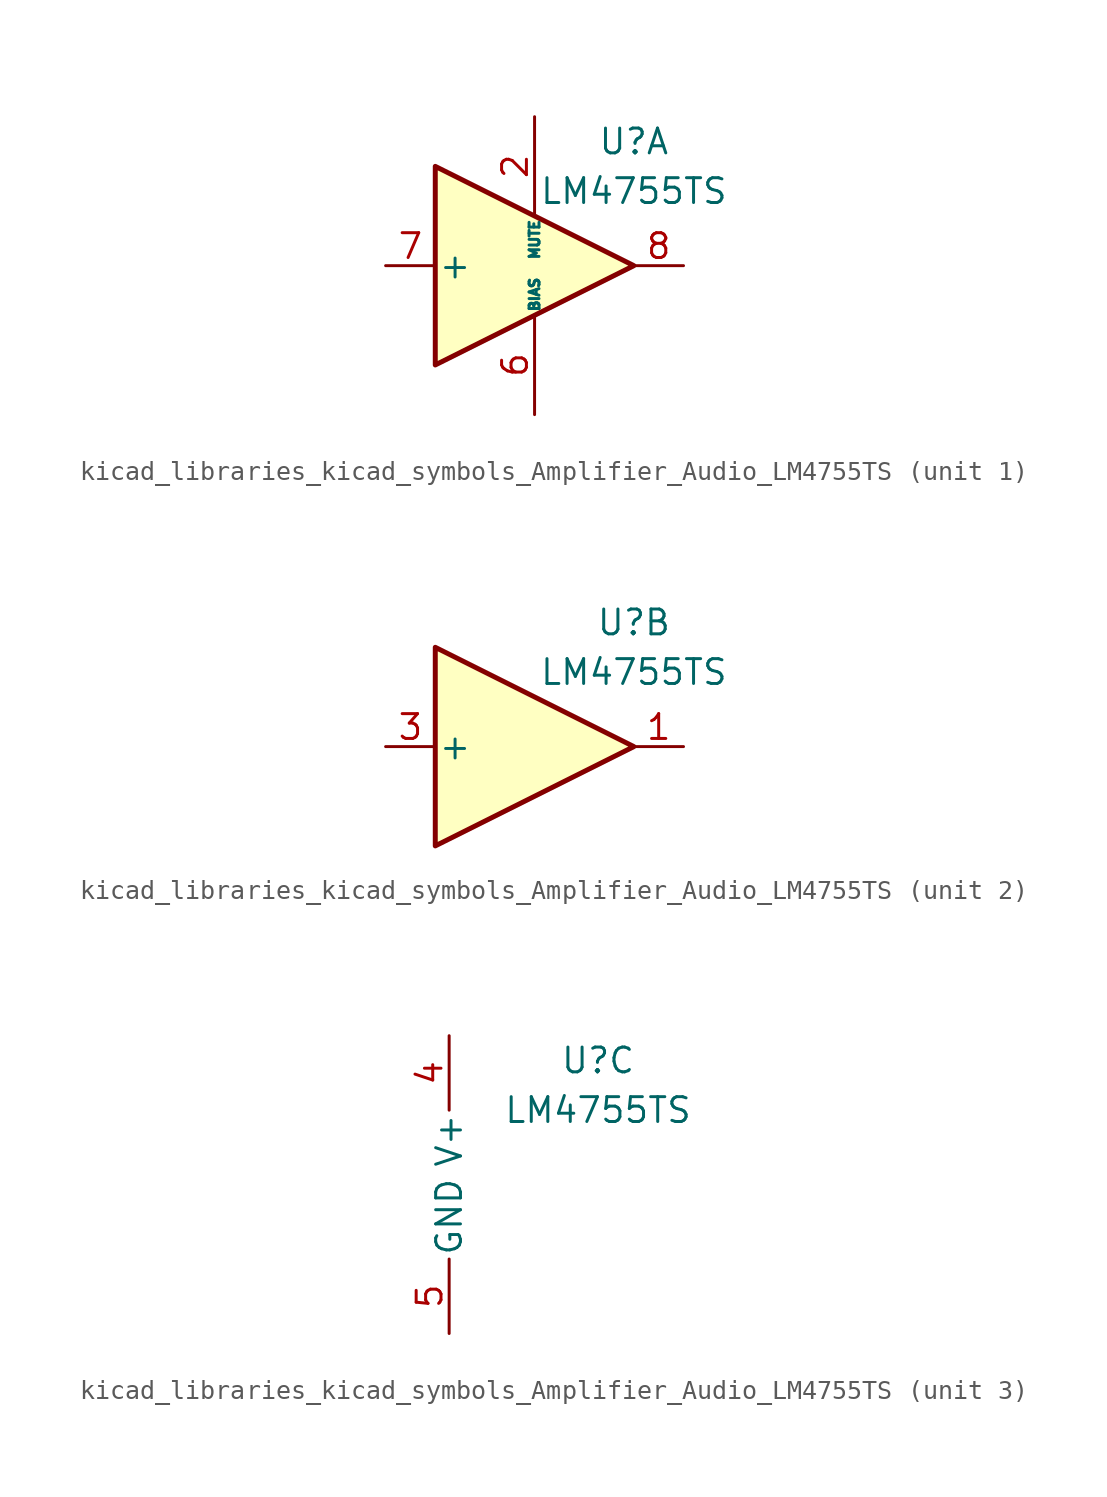
<source format=kicad_sym>
(kicad_symbol_lib
  (version 20220914)
  (generator kicad_symbol_editor)
  (symbol "kicad_libraries_kicad_symbols_Amplifier_Audio_LM4755TS"
    (pin_names
      (offset 0.127))
    (property "Reference" "U"
      (at 5.08 6.35 0)
      (effects (font (size 1.27 1.27))))
    (property "Value" "LM4755TS"
      (at 5.08 3.81 0)
      (effects (font (size 1.27 1.27))))
    (property "ki_locked" ""
      (at 0 0 0)
      (effects (font (size 1.27 1.27))))
    (symbol "kicad_libraries_kicad_symbols_Amplifier_Audio_LM4755TS_1_1"
      (polyline (pts (xy -5.08 5.08) (xy 5.08 0) (xy -5.08 -5.08) (xy -5.08 5.08)) (stroke (width 0.254) (type default)) (fill (type background)))
      (pin input line (at 0 7.62 270) (length 5.08) (name "MUTE" (effects (font (size 0.508 0.508)))) (number "2" (effects (font (size 1.27 1.27)))))
      (pin input line (at 0 -7.62 90) (length 5.08) (name "BIAS" (effects (font (size 0.508 0.508)))) (number "6" (effects (font (size 1.27 1.27)))))
      (pin input line (at -7.62 0 0) (length 2.54) (name "+" (effects (font (size 1.27 1.27)))) (number "7" (effects (font (size 1.27 1.27)))))
      (pin output line (at 7.62 0 180) (length 2.54) (name "~" (effects (font (size 1.27 1.27)))) (number "8" (effects (font (size 1.27 1.27)))))
      (pin no_connect line (at 0 2.54 270) (length 2.54) hide (name "NC" (effects (font (size 1.27 1.27)))) (number "9" (effects (font (size 1.27 1.27))))))
    (symbol "kicad_libraries_kicad_symbols_Amplifier_Audio_LM4755TS_2_1"
      (polyline (pts (xy -5.08 5.08) (xy 5.08 0) (xy -5.08 -5.08) (xy -5.08 5.08)) (stroke (width 0.254) (type default)) (fill (type background)))
      (pin output line (at 7.62 0 180) (length 2.54) (name "~" (effects (font (size 1.27 1.27)))) (number "1" (effects (font (size 1.27 1.27)))))
      (pin input line (at -7.62 0 0) (length 2.54) (name "+" (effects (font (size 1.27 1.27)))) (number "3" (effects (font (size 1.27 1.27))))))
    (symbol "kicad_libraries_kicad_symbols_Amplifier_Audio_LM4755TS_3_1"
      (pin power_in line (at -2.54 7.62 270) (length 3.81) (name "V+" (effects (font (size 1.27 1.27)))) (number "4" (effects (font (size 1.27 1.27)))))
      (pin power_in line (at -2.54 -7.62 90) (length 3.81) (name "GND" (effects (font (size 1.27 1.27)))) (number "5" (effects (font (size 1.27 1.27))))))))
</source>
